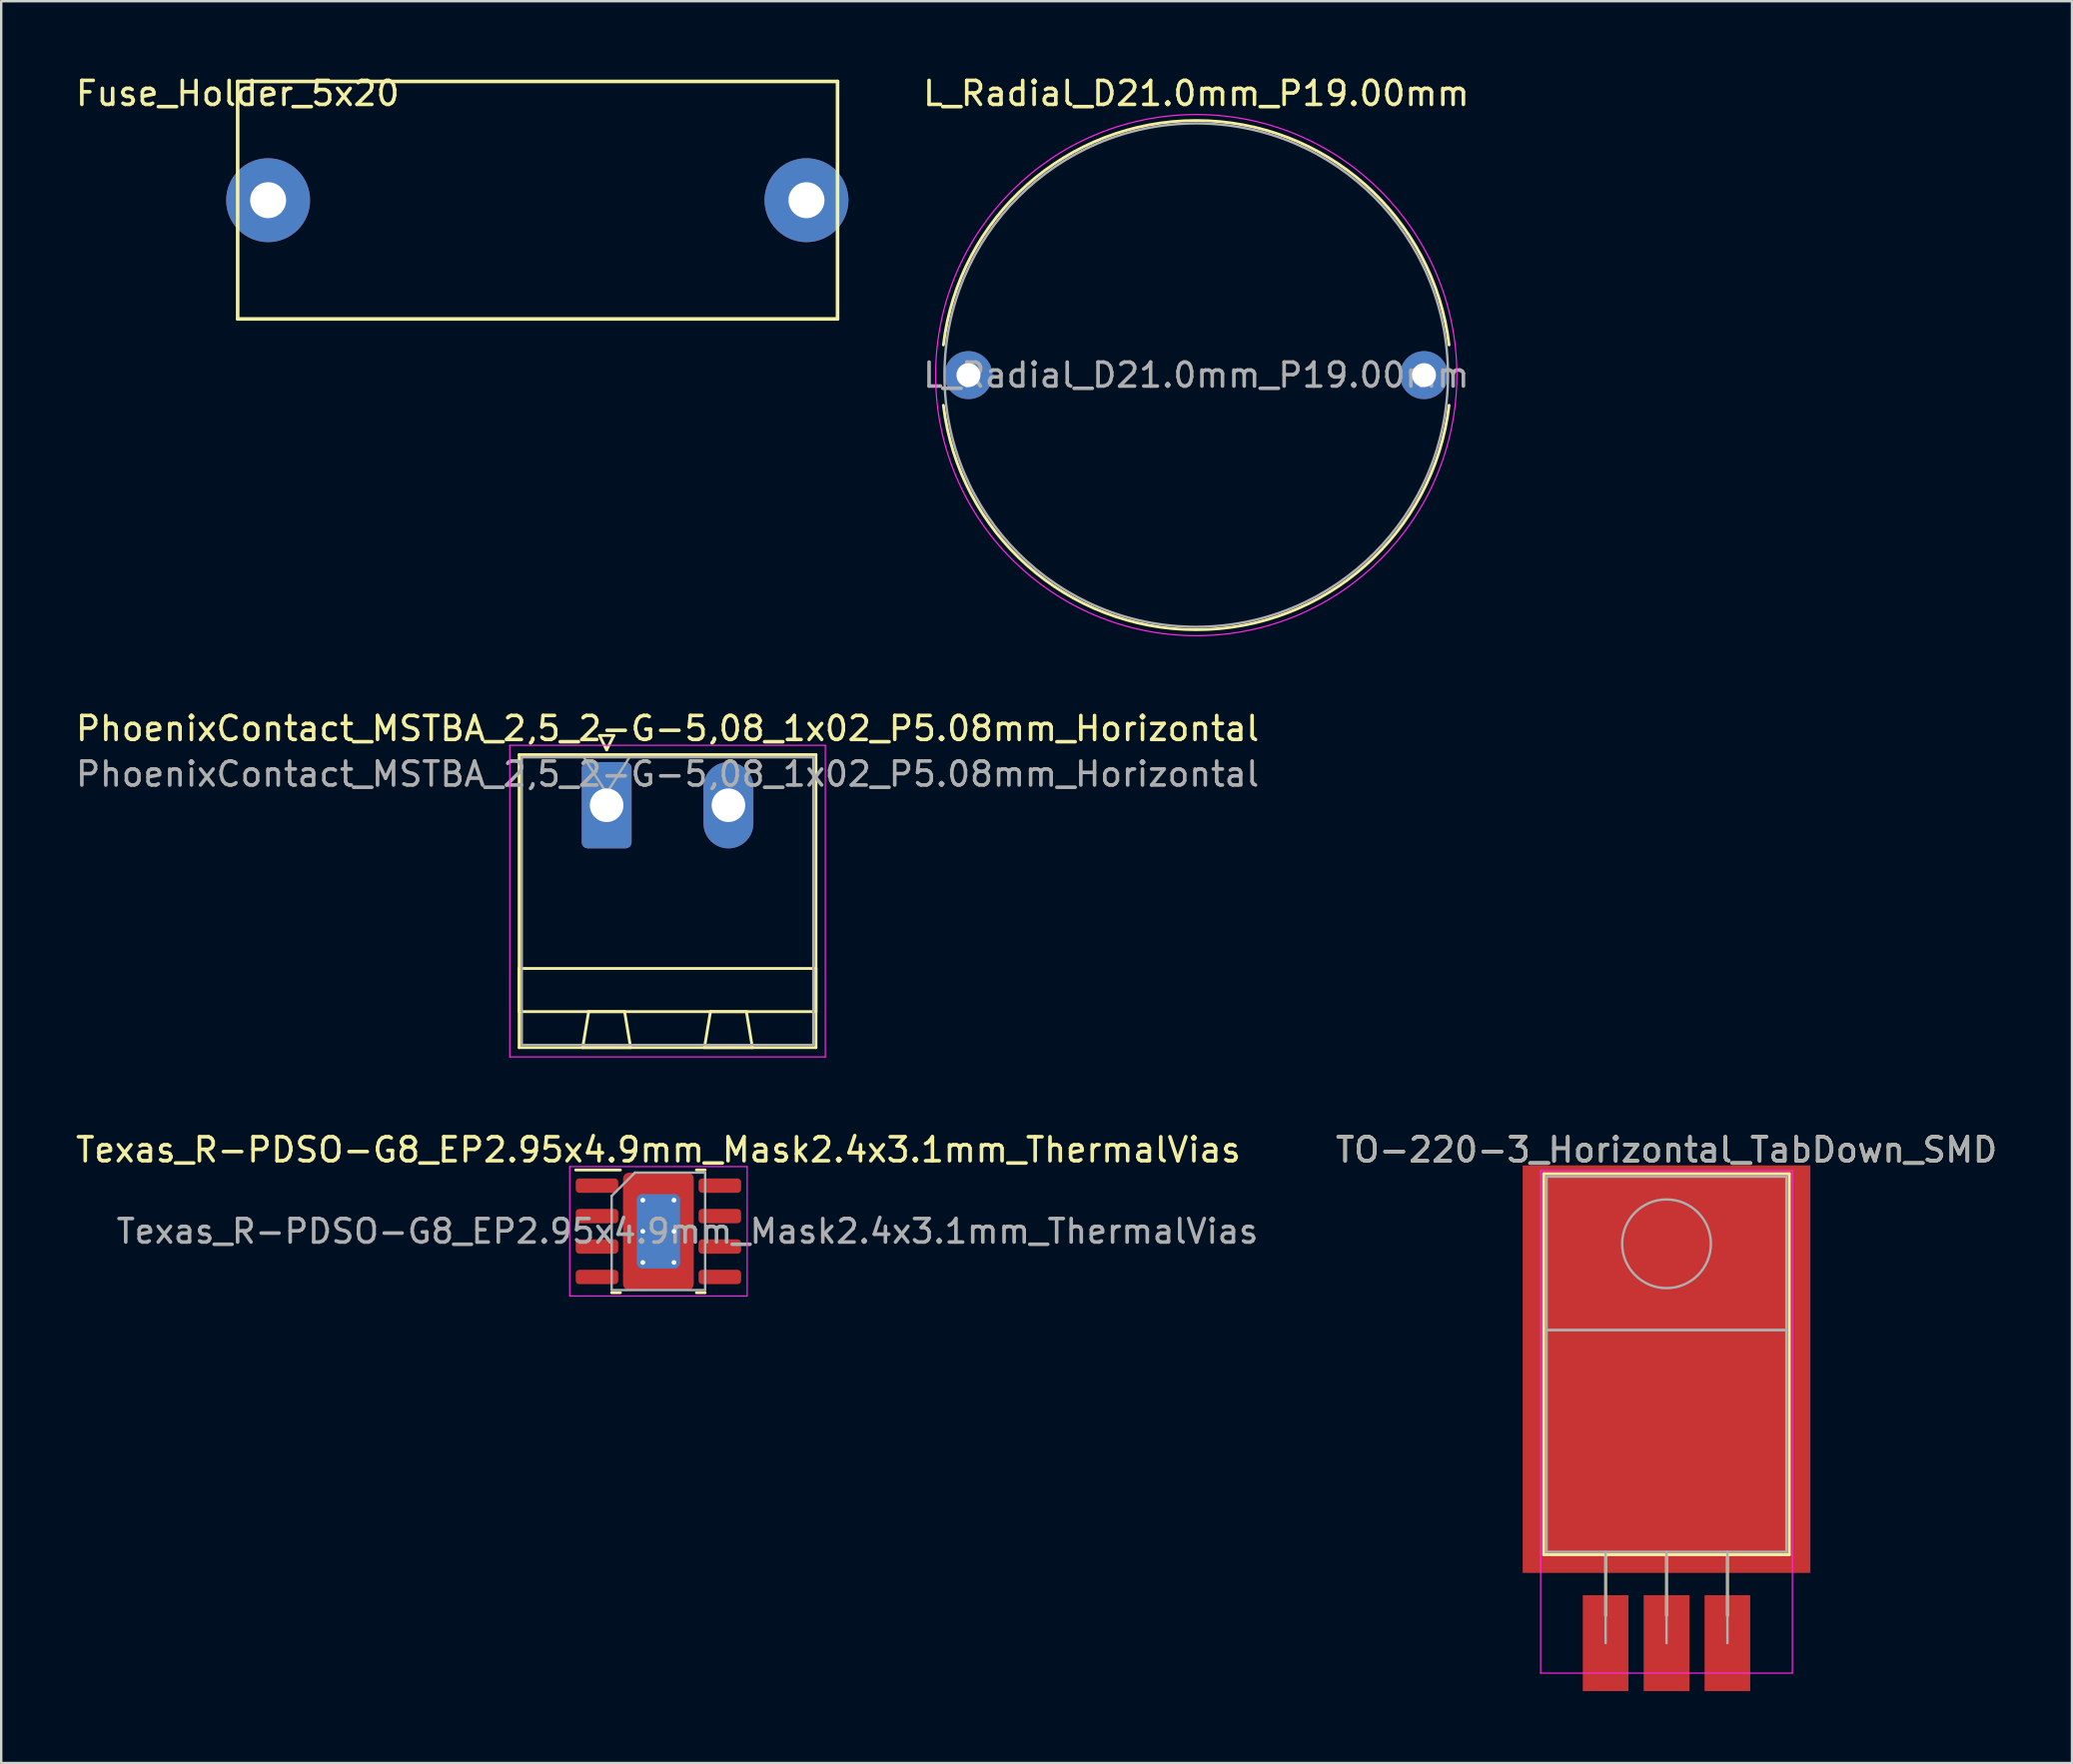
<source format=kicad_pcb>
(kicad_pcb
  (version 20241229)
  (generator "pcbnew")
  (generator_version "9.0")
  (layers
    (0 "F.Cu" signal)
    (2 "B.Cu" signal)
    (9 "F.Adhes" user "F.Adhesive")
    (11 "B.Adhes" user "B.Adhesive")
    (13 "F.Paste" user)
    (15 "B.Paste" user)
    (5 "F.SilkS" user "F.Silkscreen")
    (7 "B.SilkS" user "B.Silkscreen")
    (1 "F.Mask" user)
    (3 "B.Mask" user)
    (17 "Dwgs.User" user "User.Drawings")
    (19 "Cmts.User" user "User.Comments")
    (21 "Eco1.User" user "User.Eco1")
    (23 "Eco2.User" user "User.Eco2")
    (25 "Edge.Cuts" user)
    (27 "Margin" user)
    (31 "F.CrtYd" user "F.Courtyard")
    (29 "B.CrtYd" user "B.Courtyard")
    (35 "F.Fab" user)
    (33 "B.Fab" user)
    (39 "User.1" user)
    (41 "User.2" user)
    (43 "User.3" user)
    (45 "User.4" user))
  (footprint "Texas_R-PDSO-G8_EP2.95x4.9mm_Mask2.4x3.1mm_ThermalVias"
    (layer "F.Cu")
    (at 24.411 48.315)
    (property "Reference" "Texas_R-PDSO-G8_EP2.95x4.9mm_Mask2.4x3.1mm_ThermalVias" (at 0 -3.4 0) (layer "F.SilkS") (effects (font (size 1 1) (thickness 0.15))))
    (attr smd)
    (fp_line (start -1.586 -2.56) (end -3.45 -2.56) (stroke (width 0.12) (type solid)) (layer "F.SilkS"))
    (fp_line (start -1.586 2.56) (end -1.95 2.56) (stroke (width 0.12) (type solid)) (layer "F.SilkS"))
    (fp_line (start 1.586 -2.56) (end 1.95 -2.56) (stroke (width 0.12) (type solid)) (layer "F.SilkS"))
    (fp_line (start 1.586 2.56) (end 1.95 2.56) (stroke (width 0.12) (type solid)) (layer "F.SilkS"))
    (fp_line (start -3.7 -2.7) (end -3.7 2.7) (stroke (width 0.05) (type solid)) (layer "F.CrtYd"))
    (fp_line (start -3.7 2.7) (end 3.7 2.7) (stroke (width 0.05) (type solid)) (layer "F.CrtYd"))
    (fp_line (start 3.7 -2.7) (end -3.7 -2.7) (stroke (width 0.05) (type solid)) (layer "F.CrtYd"))
    (fp_line (start 3.7 2.7) (end 3.7 -2.7) (stroke (width 0.05) (type solid)) (layer "F.CrtYd"))
    (fp_line (start -1.95 -1.475) (end -0.975 -2.45) (stroke (width 0.1) (type solid)) (layer "F.Fab"))
    (fp_line (start -1.95 2.45) (end -1.95 -1.475) (stroke (width 0.1) (type solid)) (layer "F.Fab"))
    (fp_line (start -0.975 -2.45) (end 1.95 -2.45) (stroke (width 0.1) (type solid)) (layer "F.Fab"))
    (fp_line (start 1.95 -2.45) (end 1.95 2.45) (stroke (width 0.1) (type solid)) (layer "F.Fab"))
    (fp_line (start 1.95 2.45) (end -1.95 2.45) (stroke (width 0.1) (type solid)) (layer "F.Fab"))
    (fp_text user "${REFERENCE}" (at 1.21 0 0) (layer "F.Fab") (effects (font (size 0.98 0.98) (thickness 0.15))))
    (pad "" smd roundrect (at -0.6 -1.03) (size 1.04 0.89) (layers "F.Paste") (roundrect_rratio 0.25))
    (pad "" smd roundrect (at -0.6 0) (size 1.04 0.89) (layers "F.Paste") (roundrect_rratio 0.25))
    (pad "" smd roundrect (at -0.6 1.03) (size 1.04 0.89) (layers "F.Paste") (roundrect_rratio 0.25))
    (pad "" smd roundrect (at 0 0) (size 2.4 3.1) (layers "F.Mask") (roundrect_rratio 0.104))
    (pad "" smd roundrect (at 0.6 -1.03) (size 1.04 0.89) (layers "F.Paste") (roundrect_rratio 0.25))
    (pad "" smd roundrect (at 0.6 0) (size 1.04 0.89) (layers "F.Paste") (roundrect_rratio 0.25))
    (pad "" smd roundrect (at 0.6 1.03) (size 1.04 0.89) (layers "F.Paste") (roundrect_rratio 0.25))
    (pad "1" smd roundrect (at -2.562 -1.905) (size 1.775 0.6) (layers "F.Cu" "F.Mask" "F.Paste") (roundrect_rratio 0.25))
    (pad "2" smd roundrect (at -2.562 -0.635) (size 1.775 0.6) (layers "F.Cu" "F.Mask" "F.Paste") (roundrect_rratio 0.25))
    (pad "3" smd roundrect (at -2.562 0.635) (size 1.775 0.6) (layers "F.Cu" "F.Mask" "F.Paste") (roundrect_rratio 0.25))
    (pad "4" smd roundrect (at -2.562 1.905) (size 1.775 0.6) (layers "F.Cu" "F.Mask" "F.Paste") (roundrect_rratio 0.25))
    (pad "5" smd roundrect (at 2.562 1.905) (size 1.775 0.6) (layers "F.Cu" "F.Mask" "F.Paste") (roundrect_rratio 0.25))
    (pad "6" smd roundrect (at 2.562 0.635) (size 1.775 0.6) (layers "F.Cu" "F.Mask" "F.Paste") (roundrect_rratio 0.25))
    (pad "7" smd roundrect (at 2.562 -0.635) (size 1.775 0.6) (layers "F.Cu" "F.Mask" "F.Paste") (roundrect_rratio 0.25))
    (pad "8" smd roundrect (at 2.562 -1.905) (size 1.775 0.6) (layers "F.Cu" "F.Mask" "F.Paste") (roundrect_rratio 0.25))
    (pad "9" thru_hole circle (at -0.65 -1.3) (size 0.5 0.5) (drill 0.2) (layers "*.Cu"))
    (pad "9" thru_hole circle (at -0.65 0) (size 0.5 0.5) (drill 0.2) (layers "*.Cu"))
    (pad "9" thru_hole circle (at -0.65 1.3) (size 0.5 0.5) (drill 0.2) (layers "*.Cu"))
    (pad "9" smd roundrect (at 0 0) (size 1.8 3.1) (layers "B.Cu") (roundrect_rratio 0.139))
    (pad "9" smd roundrect (at 0 0) (size 2.95 4.9) (layers "F.Cu") (roundrect_rratio 0.085))
    (pad "9" thru_hole circle (at 0.65 -1.3) (size 0.5 0.5) (drill 0.2) (layers "*.Cu"))
    (pad "9" thru_hole circle (at 0.65 0) (size 0.5 0.5) (drill 0.2) (layers "*.Cu"))
    (pad "9" thru_hole circle (at 0.65 1.3) (size 0.5 0.5) (drill 0.2) (layers "*.Cu")))
  (footprint "Fuse_Holder_5x20"
    (layer "F.Cu")
    (at 6.863 0.348)
    (property "Reference" "Fuse_Holder_5x20" (at 0 0.5 180) (layer "F.SilkS") (effects (font (size 1 1) (thickness 0.15))))
    (attr through_hole)
    (fp_line (start 0 0) (end 0 9.906) (stroke (width 0.15) (type solid)) (layer "F.SilkS"))
    (fp_line (start 0 0) (end 25.019 0) (stroke (width 0.15) (type solid)) (layer "F.SilkS"))
    (fp_line (start 0 9.906) (end 25.019 9.906) (stroke (width 0.15) (type solid)) (layer "F.SilkS"))
    (fp_line (start 25.019 0) (end 25.019 9.906) (stroke (width 0.15) (type solid)) (layer "F.SilkS"))
    (pad "1" thru_hole circle (at 1.27 4.953) (size 3.5 3.5) (drill 1.5) (layers "*.Cu" "*.Mask"))
    (pad "2" thru_hole circle (at 23.724 4.953) (size 3.5 3.5) (drill 1.5) (layers "*.Cu" "*.Mask")))
  (footprint "L_Radial_D21.0mm_P19.00mm"
    (layer "F.Cu")
    (at 37.343 12.598)
    (property "Reference" "L_Radial_D21.0mm_P19.00mm" (at 9.5 -11.75 180) (layer "F.SilkS") (effects (font (size 1 1) (thickness 0.15))))
    (attr through_hole)
    (fp_arc (start -1.044989 -1.26) (mid 9.5 -10.62) (end 20.044989 -1.26) (stroke (width 0.12) (type solid)) (layer "F.SilkS"))
    (fp_arc (start 20.044989 1.26) (mid 9.5 10.62) (end -1.044989 1.26) (stroke (width 0.12) (type solid)) (layer "F.SilkS"))
    (fp_circle (center 9.5 0) (end 20.37 0) (stroke (width 0.05) (type solid)) (fill no) (layer "F.CrtYd"))
    (fp_circle (center 9.5 0) (end 20 0) (stroke (width 0.1) (type solid)) (fill no) (layer "F.Fab"))
    (fp_text user "${REFERENCE}" (at 9.5 0 180) (layer "F.Fab") (effects (font (size 1 1) (thickness 0.15))))
    (pad "1" thru_hole circle (at 0 0) (size 2 2) (drill 1) (layers "*.Cu" "*.Mask"))
    (pad "2" thru_hole circle (at 19 0) (size 2 2) (drill 1) (layers "*.Cu" "*.Mask")))
  (footprint "PhoenixContact_MSTBA_2,5_2-G-5,08_1x02_P5.08mm_Horizontal"
    (layer "F.Cu")
    (at 22.252 30.541)
    (property "Reference" "PhoenixContact_MSTBA_2,5_2-G-5,08_1x02_P5.08mm_Horizontal" (at 2.54 -3.2 180) (layer "F.SilkS") (effects (font (size 1 1) (thickness 0.15))))
    (attr through_hole)
    (fp_line (start -3.65 -2.11) (end -3.65 10.11) (stroke (width 0.12) (type solid)) (layer "F.SilkS"))
    (fp_line (start -3.65 6.81) (end 8.73 6.81) (stroke (width 0.12) (type solid)) (layer "F.SilkS"))
    (fp_line (start -3.65 8.61) (end -3.65 6.81) (stroke (width 0.12) (type solid)) (layer "F.SilkS"))
    (fp_line (start -3.65 10.11) (end 8.73 10.11) (stroke (width 0.12) (type solid)) (layer "F.SilkS"))
    (fp_line (start -1 10.11) (end 1 10.11) (stroke (width 0.12) (type solid)) (layer "F.SilkS"))
    (fp_line (start -0.75 8.61) (end -1 10.11) (stroke (width 0.12) (type solid)) (layer "F.SilkS"))
    (fp_line (start -0.3 -2.91) (end 0.3 -2.91) (stroke (width 0.12) (type solid)) (layer "F.SilkS"))
    (fp_line (start 0 -2.31) (end -0.3 -2.91) (stroke (width 0.12) (type solid)) (layer "F.SilkS"))
    (fp_line (start 0.3 -2.91) (end 0 -2.31) (stroke (width 0.12) (type solid)) (layer "F.SilkS"))
    (fp_line (start 0.75 8.61) (end -0.75 8.61) (stroke (width 0.12) (type solid)) (layer "F.SilkS"))
    (fp_line (start 1 10.11) (end 0.75 8.61) (stroke (width 0.12) (type solid)) (layer "F.SilkS"))
    (fp_line (start 4.08 10.11) (end 6.08 10.11) (stroke (width 0.12) (type solid)) (layer "F.SilkS"))
    (fp_line (start 4.33 8.61) (end 4.08 10.11) (stroke (width 0.12) (type solid)) (layer "F.SilkS"))
    (fp_line (start 5.83 8.61) (end 4.33 8.61) (stroke (width 0.12) (type solid)) (layer "F.SilkS"))
    (fp_line (start 6.08 10.11) (end 5.83 8.61) (stroke (width 0.12) (type solid)) (layer "F.SilkS"))
    (fp_line (start 8.73 -2.11) (end -3.65 -2.11) (stroke (width 0.12) (type solid)) (layer "F.SilkS"))
    (fp_line (start 8.73 6.81) (end 8.73 8.61) (stroke (width 0.12) (type solid)) (layer "F.SilkS"))
    (fp_line (start 8.73 8.61) (end -3.65 8.61) (stroke (width 0.12) (type solid)) (layer "F.SilkS"))
    (fp_line (start 8.73 10.11) (end 8.73 -2.11) (stroke (width 0.12) (type solid)) (layer "F.SilkS"))
    (fp_line (start -4.04 -2.5) (end -4.04 10.5) (stroke (width 0.05) (type solid)) (layer "F.CrtYd"))
    (fp_line (start -4.04 10.5) (end 9.12 10.5) (stroke (width 0.05) (type solid)) (layer "F.CrtYd"))
    (fp_line (start 9.12 -2.5) (end -4.04 -2.5) (stroke (width 0.05) (type solid)) (layer "F.CrtYd"))
    (fp_line (start 9.12 10.5) (end 9.12 -2.5) (stroke (width 0.05) (type solid)) (layer "F.CrtYd"))
    (fp_line (start -3.54 -2) (end -3.54 10) (stroke (width 0.1) (type solid)) (layer "F.Fab"))
    (fp_line (start -3.54 10) (end 8.62 10) (stroke (width 0.1) (type solid)) (layer "F.Fab"))
    (fp_line (start 0 -0.5) (end -0.95 -2) (stroke (width 0.1) (type solid)) (layer "F.Fab"))
    (fp_line (start 0.95 -2) (end 0 -0.5) (stroke (width 0.1) (type solid)) (layer "F.Fab"))
    (fp_line (start 8.62 -2) (end -3.54 -2) (stroke (width 0.1) (type solid)) (layer "F.Fab"))
    (fp_line (start 8.62 10) (end 8.62 -2) (stroke (width 0.1) (type solid)) (layer "F.Fab"))
    (fp_text user "${REFERENCE}" (at 2.54 -1.3 180) (layer "F.Fab") (effects (font (size 1 1) (thickness 0.15))))
    (pad "1" thru_hole roundrect (at 0 0) (size 2.08 3.6) (drill 1.4) (layers "*.Cu" "*.Mask") (roundrect_rratio 0.12))
    (pad "2" thru_hole oval (at 5.08 0) (size 2.08 3.6) (drill 1.4) (layers "*.Cu" "*.Mask")))
  (footprint "TO-220-3_Horizontal_TabDown_SMD"
    (layer "F.Cu")
    (at 63.918 65.495)
    (property "Reference" "TO-220-3_Horizontal_TabDown_SMD" (at 2.54 -20.58 180) (layer "F.SilkS") (effects (font (size 1 1) (thickness 0.15))))
    (attr through_hole)
    (fp_line (start -2.58 -19.58) (end -2.58 -3.69) (stroke (width 0.12) (type solid)) (layer "F.SilkS"))
    (fp_line (start -2.58 -19.58) (end 7.66 -19.58) (stroke (width 0.12) (type solid)) (layer "F.SilkS"))
    (fp_line (start -2.58 -3.69) (end 7.66 -3.69) (stroke (width 0.12) (type solid)) (layer "F.SilkS"))
    (fp_line (start 0 -3.69) (end 0 -1.15) (stroke (width 0.12) (type solid)) (layer "F.SilkS"))
    (fp_line (start 2.54 -3.69) (end 2.54 -1.15) (stroke (width 0.12) (type solid)) (layer "F.SilkS"))
    (fp_line (start 5.08 -3.69) (end 5.08 -1.15) (stroke (width 0.12) (type solid)) (layer "F.SilkS"))
    (fp_line (start 7.66 -19.58) (end 7.66 -3.69) (stroke (width 0.12) (type solid)) (layer "F.SilkS"))
    (fp_line (start -2.71 -19.71) (end -2.71 1.25) (stroke (width 0.05) (type solid)) (layer "F.CrtYd"))
    (fp_line (start -2.71 1.25) (end 7.79 1.25) (stroke (width 0.05) (type solid)) (layer "F.CrtYd"))
    (fp_line (start 7.79 -19.71) (end -2.71 -19.71) (stroke (width 0.05) (type solid)) (layer "F.CrtYd"))
    (fp_line (start 7.79 1.25) (end 7.79 -19.71) (stroke (width 0.05) (type solid)) (layer "F.CrtYd"))
    (fp_line (start -2.46 -19.46) (end 7.54 -19.46) (stroke (width 0.1) (type solid)) (layer "F.Fab"))
    (fp_line (start -2.46 -13.06) (end -2.46 -19.46) (stroke (width 0.1) (type solid)) (layer "F.Fab"))
    (fp_line (start -2.46 -13.06) (end 7.54 -13.06) (stroke (width 0.1) (type solid)) (layer "F.Fab"))
    (fp_line (start -2.46 -3.81) (end -2.46 -13.06) (stroke (width 0.1) (type solid)) (layer "F.Fab"))
    (fp_line (start 0 -3.81) (end 0 0) (stroke (width 0.1) (type solid)) (layer "F.Fab"))
    (fp_line (start 2.54 -3.81) (end 2.54 0) (stroke (width 0.1) (type solid)) (layer "F.Fab"))
    (fp_line (start 5.08 -3.81) (end 5.08 0) (stroke (width 0.1) (type solid)) (layer "F.Fab"))
    (fp_line (start 7.54 -19.46) (end 7.54 -13.06) (stroke (width 0.1) (type solid)) (layer "F.Fab"))
    (fp_line (start 7.54 -13.06) (end -2.46 -13.06) (stroke (width 0.1) (type solid)) (layer "F.Fab"))
    (fp_line (start 7.54 -13.06) (end 7.54 -3.81) (stroke (width 0.1) (type solid)) (layer "F.Fab"))
    (fp_line (start 7.54 -3.81) (end -2.46 -3.81) (stroke (width 0.1) (type solid)) (layer "F.Fab"))
    (fp_circle (center 2.54 -16.66) (end 4.39 -16.66) (stroke (width 0.1) (type solid)) (fill no) (layer "F.Fab"))
    (fp_text user "${REFERENCE}" (at 2.54 -20.58 180) (layer "F.Fab") (effects (font (size 1 1) (thickness 0.15))))
    (pad "1" smd rect (at 0 0) (size 1.905 4) (layers "F.Cu" "F.Mask" "F.Paste"))
    (pad "2" smd rect (at 2.54 -11.43) (size 12 17) (layers "F.Cu" "F.Mask" "F.Paste"))
    (pad "2" smd rect (at 2.54 0) (size 1.905 4) (layers "F.Cu" "F.Mask" "F.Paste"))
    (pad "3" smd rect (at 5.08 0) (size 1.905 4) (layers "F.Cu" "F.Mask" "F.Paste")))
  (gr_rect
    (start -3 -3)
    (end 83.369 70.495)
    (stroke (width 0.1) (type default))
    (fill no)
    (layer "Edge.Cuts")))
</source>
